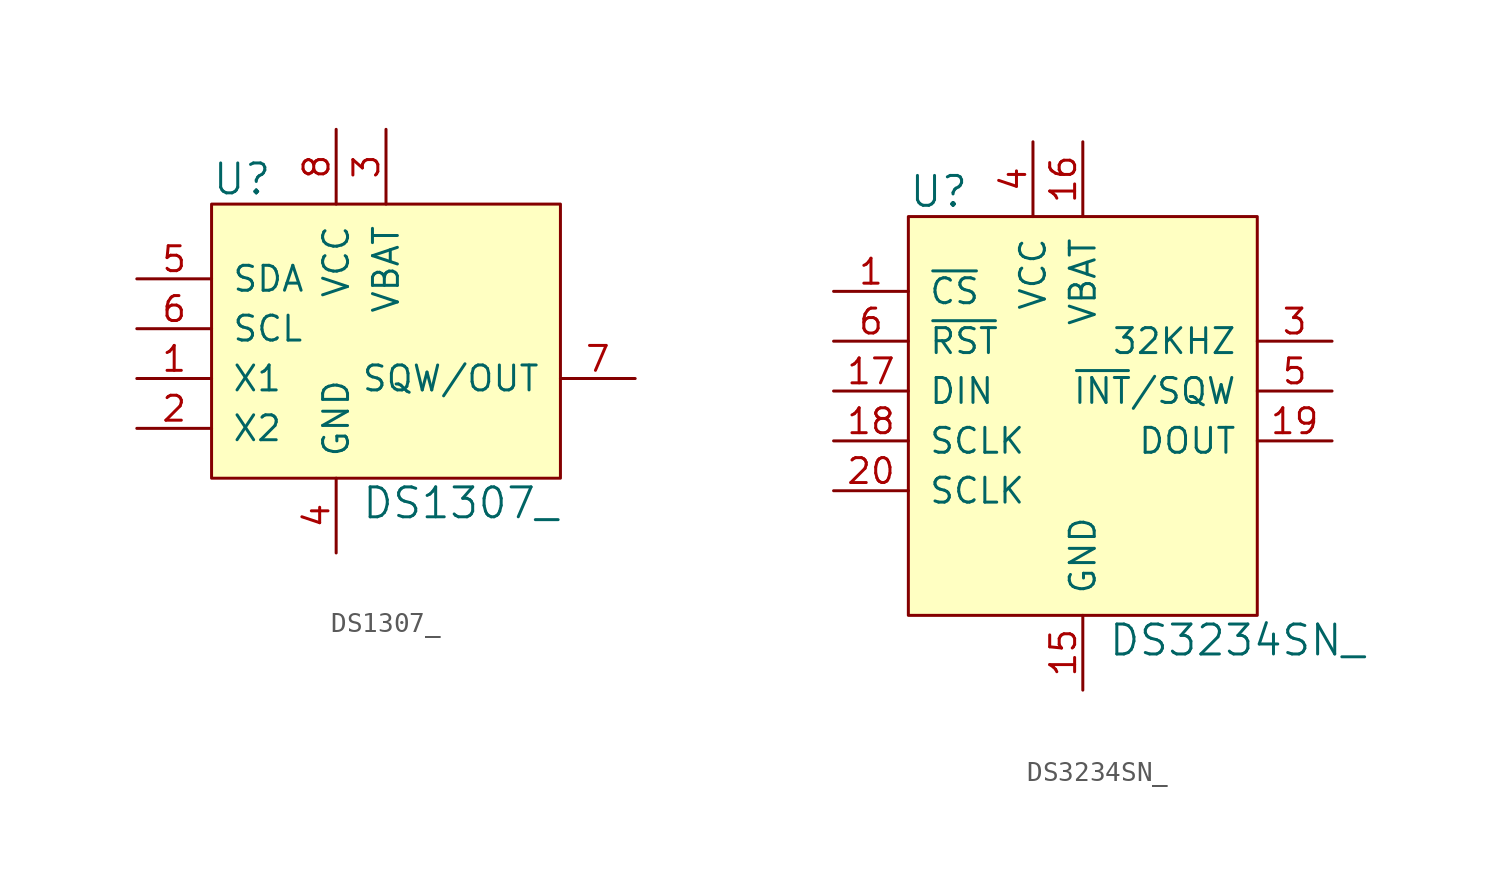
<source format=kicad_sym>
(kicad_symbol_lib
  (version 20211014)
  (generator kicad_symbol_editor)
  (symbol "DS1307_"
    (pin_names
      (offset 1.016))
    (property "Reference" "U"
      (at -8.89 7.62 0)
      (effects (font (size 1.524 1.524)) (justify left)))
    (property "Value" "DS1307_"
      (at -1.27 -8.89 0)
      (effects (font (size 1.524 1.524)) (justify left)))
    (symbol "DS1307__0_1"
      (rectangle (start -8.89 6.35) (end 8.89 -7.62) (stroke (width 0) (type default) (color 0 0 0 0)) (fill (type background))))
    (symbol "DS1307__1_1"
      (pin passive line (at -12.7 -2.54 0) (length 3.81) (name "X1" (effects (font (size 1.27 1.27)))) (number "1" (effects (font (size 1.27 1.27)))))
      (pin passive line (at -12.7 -5.08 0) (length 3.81) (name "X2" (effects (font (size 1.27 1.27)))) (number "2" (effects (font (size 1.27 1.27)))))
      (pin power_in line (at 0 10.16 270) (length 3.81) (name "VBAT" (effects (font (size 1.27 1.27)))) (number "3" (effects (font (size 1.27 1.27)))))
      (pin power_in line (at -2.54 -11.43 90) (length 3.81) (name "GND" (effects (font (size 1.27 1.27)))) (number "4" (effects (font (size 1.27 1.27)))))
      (pin bidirectional line (at -12.7 2.54 0) (length 3.81) (name "SDA" (effects (font (size 1.27 1.27)))) (number "5" (effects (font (size 1.27 1.27)))))
      (pin input line (at -12.7 0 0) (length 3.81) (name "SCL" (effects (font (size 1.27 1.27)))) (number "6" (effects (font (size 1.27 1.27)))))
      (pin output line (at 12.7 -2.54 180) (length 3.81) (name "SQW/OUT" (effects (font (size 1.27 1.27)))) (number "7" (effects (font (size 1.27 1.27)))))
      (pin power_in line (at -2.54 10.16 270) (length 3.81) (name "VCC" (effects (font (size 1.27 1.27)))) (number "8" (effects (font (size 1.27 1.27)))))))
  (symbol "DS3234SN_"
    (pin_names
      (offset 1.016))
    (property "Reference" "U"
      (at -8.89 10.16 0)
      (effects (font (size 1.524 1.524)) (justify left)))
    (property "Value" "DS3234SN_"
      (at 1.27 -12.7 0)
      (effects (font (size 1.524 1.524)) (justify left)))
    (symbol "DS3234SN__1_1"
      (rectangle (start -8.89 8.89) (end 8.89 -11.43) (stroke (width 0) (type default) (color 0 0 0 0)) (fill (type background)))
      (pin input line (at -12.7 5.08 0) (length 3.81) (name "~{CS}" (effects (font (size 1.27 1.27)))) (number "1" (effects (font (size 1.27 1.27)))))
      (pin no_connect line (at 2.54 -11.43 90) (length 0) hide (name "NC" (effects (font (size 1.27 1.27)))) (number "10" (effects (font (size 1.27 1.27)))))
      (pin no_connect line (at 8.89 -10.16 180) (length 0) hide (name "NC" (effects (font (size 1.27 1.27)))) (number "11" (effects (font (size 1.27 1.27)))))
      (pin no_connect line (at 8.89 -7.62 180) (length 0) hide (name "NC" (effects (font (size 1.27 1.27)))) (number "12" (effects (font (size 1.27 1.27)))))
      (pin no_connect line (at 8.89 -5.08 180) (length 0) hide (name "NC" (effects (font (size 1.27 1.27)))) (number "13" (effects (font (size 1.27 1.27)))))
      (pin no_connect line (at 8.89 5.08 180) (length 0) hide (name "NC" (effects (font (size 1.27 1.27)))) (number "14" (effects (font (size 1.27 1.27)))))
      (pin power_in line (at 0 -15.24 90) (length 3.81) (name "GND" (effects (font (size 1.27 1.27)))) (number "15" (effects (font (size 1.27 1.27)))))
      (pin power_in line (at 0 12.7 270) (length 3.81) (name "VBAT" (effects (font (size 1.27 1.27)))) (number "16" (effects (font (size 1.27 1.27)))))
      (pin input line (at -12.7 0 0) (length 3.81) (name "DIN" (effects (font (size 1.27 1.27)))) (number "17" (effects (font (size 1.27 1.27)))))
      (pin input line (at -12.7 -2.54 0) (length 3.81) (name "SCLK" (effects (font (size 1.27 1.27)))) (number "18" (effects (font (size 1.27 1.27)))))
      (pin output line (at 12.7 -2.54 180) (length 3.81) (name "DOUT" (effects (font (size 1.27 1.27)))) (number "19" (effects (font (size 1.27 1.27)))))
      (pin no_connect line (at -8.89 7.62 0) (length 0) hide (name "NC" (effects (font (size 1.27 1.27)))) (number "2" (effects (font (size 1.27 1.27)))))
      (pin input line (at -12.7 -5.08 0) (length 3.81) (name "SCLK" (effects (font (size 1.27 1.27)))) (number "20" (effects (font (size 1.27 1.27)))))
      (pin output line (at 12.7 2.54 180) (length 3.81) (name "32KHZ" (effects (font (size 1.27 1.27)))) (number "3" (effects (font (size 1.27 1.27)))))
      (pin power_in line (at -2.54 12.7 270) (length 3.81) (name "VCC" (effects (font (size 1.27 1.27)))) (number "4" (effects (font (size 1.27 1.27)))))
      (pin output line (at 12.7 0 180) (length 3.81) (name "~{INT}/SQW" (effects (font (size 1.27 1.27)))) (number "5" (effects (font (size 1.27 1.27)))))
      (pin bidirectional line (at -12.7 2.54 0) (length 3.81) (name "~{RST}" (effects (font (size 1.27 1.27)))) (number "6" (effects (font (size 1.27 1.27)))))
      (pin no_connect line (at -8.89 -7.62 0) (length 0) hide (name "NC" (effects (font (size 1.27 1.27)))) (number "7" (effects (font (size 1.27 1.27)))))
      (pin no_connect line (at -8.89 -10.16 0) (length 0) hide (name "NC" (effects (font (size 1.27 1.27)))) (number "8" (effects (font (size 1.27 1.27)))))
      (pin no_connect line (at -2.54 -11.43 90) (length 0) hide (name "NC" (effects (font (size 1.27 1.27)))) (number "9" (effects (font (size 1.27 1.27))))))))
</source>
